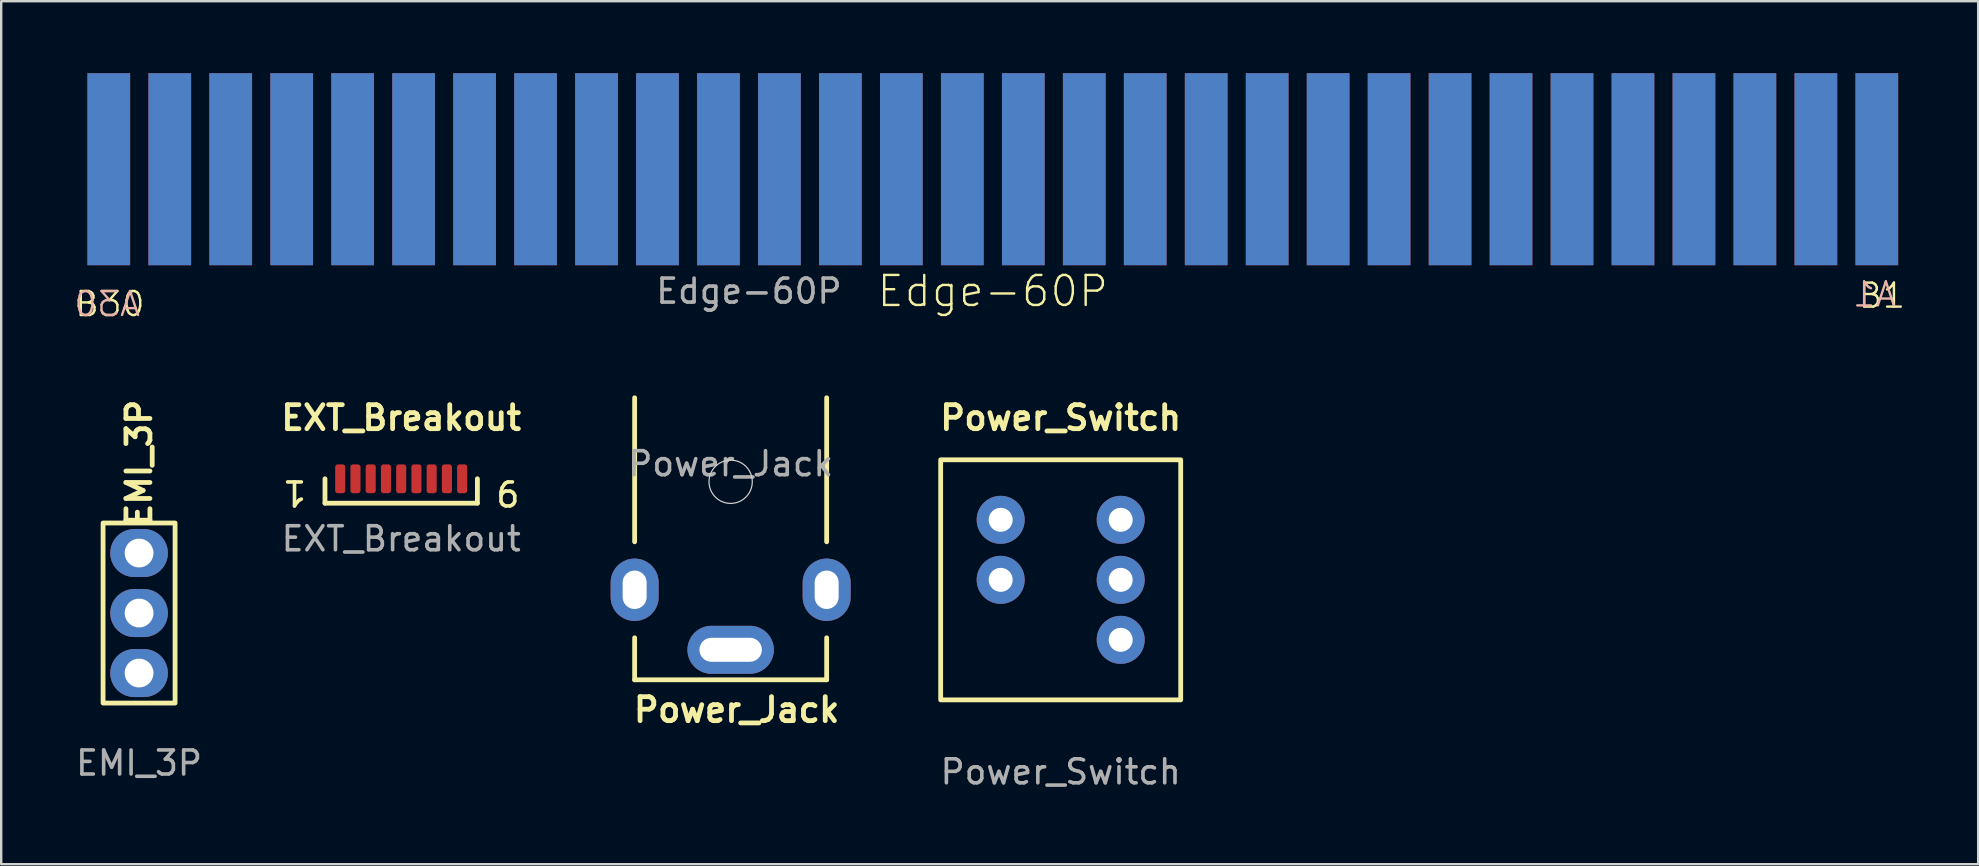
<source format=kicad_pcb>
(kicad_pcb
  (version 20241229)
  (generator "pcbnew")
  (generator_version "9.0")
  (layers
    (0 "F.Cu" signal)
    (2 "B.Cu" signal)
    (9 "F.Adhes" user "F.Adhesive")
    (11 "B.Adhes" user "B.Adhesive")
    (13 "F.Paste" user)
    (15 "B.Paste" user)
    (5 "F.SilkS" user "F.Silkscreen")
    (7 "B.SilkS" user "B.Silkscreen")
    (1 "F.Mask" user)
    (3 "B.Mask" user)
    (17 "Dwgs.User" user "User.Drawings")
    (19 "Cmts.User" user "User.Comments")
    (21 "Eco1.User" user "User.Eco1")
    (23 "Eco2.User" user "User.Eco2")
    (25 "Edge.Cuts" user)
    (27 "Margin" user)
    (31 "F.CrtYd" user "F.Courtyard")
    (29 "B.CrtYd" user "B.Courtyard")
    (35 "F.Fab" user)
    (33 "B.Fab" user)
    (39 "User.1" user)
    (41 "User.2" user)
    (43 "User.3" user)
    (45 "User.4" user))
  (footprint "EXT_Breakout"
    (layer "F.Cu")
    (at 13.664 16.897)
    (property "Reference" "EXT_Breakout" (at 0 -2.54 0) (unlocked yes) (layer "F.SilkS") (effects (font (size 1 1) (thickness 0.2))))
    (attr smd)
    (fp_line (start -3.175 1.016) (end -3.175 0) (stroke (width 0.2) (type default)) (layer "F.SilkS"))
    (fp_line (start 3.175 0) (end 3.175 1.016) (stroke (width 0.2) (type default)) (layer "F.SilkS"))
    (fp_line (start 3.175 1.016) (end -3.175 1.016) (stroke (width 0.2) (type default)) (layer "F.SilkS"))
    (fp_text user "1" (at -4.445 0 180) (unlocked yes) (layer "F.SilkS") (effects (font (size 1 1) (thickness 0.15)) (justify bottom)))
    (fp_text user "9" (at 4.445 0 180) (unlocked yes) (layer "F.SilkS") (effects (font (size 1 1) (thickness 0.15)) (justify bottom)))
    (fp_text user "${REFERENCE}" (at 0 2.5 0) (unlocked yes) (layer "F.Fab") (effects (font (size 1 1) (thickness 0.15))))
    (pad "1" smd roundrect (at -2.54 0) (size 0.42 1.2) (layers "F.Cu" "F.Mask" "F.Paste") (roundrect_rratio 0.25))
    (pad "2" smd roundrect (at -1.905 0) (size 0.42 1.2) (layers "F.Cu" "F.Mask" "F.Paste") (roundrect_rratio 0.25))
    (pad "3" smd roundrect (at -1.27 0) (size 0.42 1.2) (layers "F.Cu" "F.Mask" "F.Paste") (roundrect_rratio 0.25))
    (pad "4" smd roundrect (at -0.635 0) (size 0.42 1.2) (layers "F.Cu" "F.Mask" "F.Paste") (roundrect_rratio 0.25))
    (pad "5" smd roundrect (at 0 0) (size 0.42 1.2) (layers "F.Cu" "F.Mask" "F.Paste") (roundrect_rratio 0.25))
    (pad "6" smd roundrect (at 0.635 0) (size 0.42 1.2) (layers "F.Cu" "F.Mask" "F.Paste") (roundrect_rratio 0.25))
    (pad "7" smd roundrect (at 1.27 0) (size 0.42 1.2) (layers "F.Cu" "F.Mask" "F.Paste") (roundrect_rratio 0.25))
    (pad "8" smd roundrect (at 1.905 0) (size 0.42 1.2) (layers "F.Cu" "F.Mask" "F.Paste") (roundrect_rratio 0.25))
    (pad "9" smd roundrect (at 2.54 0) (size 0.42 1.2) (layers "F.Cu" "F.Mask" "F.Paste") (roundrect_rratio 0.25)))
  (footprint "Edge-60P"
    (layer "F.Cu")
    (at 38.312 4)
    (property "Reference" "Edge-60P" (at 0 5.08 0) (unlocked yes) (layer "F.SilkS") (effects (font (size 1.25 1.25) (thickness 0.1))))
    (attr smd)
    (fp_text user "B30" (at -38.3 6.2 0) (unlocked yes) (layer "F.SilkS") (effects (font (size 1 1) (thickness 0.1)) (justify left bottom)))
    (fp_text user "B1" (at 36 5.85 0) (unlocked yes) (layer "F.SilkS") (effects (font (size 1 1) (thickness 0.1)) (justify left bottom)))
    (fp_text user "A30" (at -35.45 6.2 0) (unlocked yes) (layer "B.SilkS") (effects (font (size 1 1) (thickness 0.1)) (justify left bottom mirror)))
    (fp_text user "A1" (at 37.7 5.8 0) (unlocked yes) (layer "B.SilkS") (effects (font (size 1 1) (thickness 0.1)) (justify left bottom mirror)))
    (fp_text user "${REFERENCE}" (at -10.16 5.08 0) (unlocked yes) (layer "F.Fab") (effects (font (size 1 1) (thickness 0.15))))
    (pad "a1" smd rect (at 36.83 0 90) (size 8 1.778) (layers "B.Cu" "B.Mask" "B.Paste"))
    (pad "a2" smd rect (at 34.29 0 90) (size 8 1.778) (layers "B.Cu" "B.Mask" "B.Paste"))
    (pad "a3" smd rect (at 31.75 0 90) (size 8 1.778) (layers "B.Cu" "B.Mask" "B.Paste"))
    (pad "a4" smd rect (at 29.21 0 90) (size 8 1.778) (layers "B.Cu" "B.Mask" "B.Paste"))
    (pad "a5" smd rect (at 26.67 0 90) (size 8 1.778) (layers "B.Cu" "B.Mask" "B.Paste"))
    (pad "a6" smd rect (at 24.13 0 90) (size 8 1.778) (layers "B.Cu" "B.Mask" "B.Paste"))
    (pad "a7" smd rect (at 21.59 0 90) (size 8 1.778) (layers "B.Cu" "B.Mask" "B.Paste"))
    (pad "a8" smd rect (at 19.05 0 90) (size 8 1.778) (layers "B.Cu" "B.Mask" "B.Paste"))
    (pad "a9" smd rect (at 16.51 0 90) (size 8 1.778) (layers "B.Cu" "B.Mask" "B.Paste"))
    (pad "a10" smd rect (at 13.97 0 90) (size 8 1.778) (layers "B.Cu" "B.Mask" "B.Paste"))
    (pad "a11" smd rect (at 11.43 0 90) (size 8 1.778) (layers "B.Cu" "B.Mask" "B.Paste"))
    (pad "a12" smd rect (at 8.89 0 90) (size 8 1.778) (layers "B.Cu" "B.Mask" "B.Paste"))
    (pad "a13" smd rect (at 6.35 0 90) (size 8 1.778) (layers "B.Cu" "B.Mask" "B.Paste"))
    (pad "a14" smd rect (at 3.81 0 90) (size 8 1.778) (layers "B.Cu" "B.Mask" "B.Paste"))
    (pad "a15" smd rect (at 1.27 0 90) (size 8 1.778) (layers "B.Cu" "B.Mask" "B.Paste"))
    (pad "a16" smd rect (at -1.27 0 90) (size 8 1.778) (layers "B.Cu" "B.Mask" "B.Paste"))
    (pad "a17" smd rect (at -3.81 0 90) (size 8 1.778) (layers "B.Cu" "B.Mask" "B.Paste"))
    (pad "a18" smd rect (at -6.35 0 90) (size 8 1.778) (layers "B.Cu" "B.Mask" "B.Paste"))
    (pad "a19" smd rect (at -8.89 0 90) (size 8 1.778) (layers "B.Cu" "B.Mask" "B.Paste"))
    (pad "a20" smd rect (at -11.43 0 90) (size 8 1.778) (layers "B.Cu" "B.Mask" "B.Paste"))
    (pad "a21" smd rect (at -13.97 0 90) (size 8 1.778) (layers "B.Cu" "B.Mask" "B.Paste"))
    (pad "a22" smd rect (at -16.51 0 90) (size 8 1.778) (layers "B.Cu" "B.Mask" "B.Paste"))
    (pad "a23" smd rect (at -19.05 0 90) (size 8 1.778) (layers "B.Cu" "B.Mask" "B.Paste"))
    (pad "a24" smd rect (at -21.59 0 90) (size 8 1.778) (layers "B.Cu" "B.Mask" "B.Paste"))
    (pad "a25" smd rect (at -24.13 0 90) (size 8 1.778) (layers "B.Cu" "B.Mask" "B.Paste"))
    (pad "a26" smd rect (at -26.67 0 90) (size 8 1.778) (layers "B.Cu" "B.Mask" "B.Paste"))
    (pad "a27" smd rect (at -29.21 0 90) (size 8 1.778) (layers "B.Cu" "B.Mask" "B.Paste"))
    (pad "a28" smd rect (at -31.75 0 90) (size 8 1.778) (layers "B.Cu" "B.Mask" "B.Paste"))
    (pad "a29" smd rect (at -34.29 0 90) (size 8 1.778) (layers "B.Cu" "B.Mask" "B.Paste"))
    (pad "a30" smd rect (at -36.83 0 90) (size 8 1.778) (layers "B.Cu" "B.Mask" "B.Paste"))
    (pad "b1" smd rect (at 36.83 0 90) (size 8 1.778) (layers "F.Cu" "F.Mask" "F.Paste"))
    (pad "b2" smd rect (at 34.29 0 90) (size 8 1.778) (layers "F.Cu" "F.Mask" "F.Paste"))
    (pad "b3" smd rect (at 31.75 0 90) (size 8 1.778) (layers "F.Cu" "F.Mask" "F.Paste"))
    (pad "b4" smd rect (at 29.21 0 90) (size 8 1.778) (layers "F.Cu" "F.Mask" "F.Paste"))
    (pad "b5" smd rect (at 26.67 0 90) (size 8 1.778) (layers "F.Cu" "F.Mask" "F.Paste"))
    (pad "b6" smd rect (at 24.13 0 90) (size 8 1.778) (layers "F.Cu" "F.Mask" "F.Paste"))
    (pad "b7" smd rect (at 21.59 0 90) (size 8 1.778) (layers "F.Cu" "F.Mask" "F.Paste"))
    (pad "b8" smd rect (at 19.05 0 90) (size 8 1.778) (layers "F.Cu" "F.Mask" "F.Paste"))
    (pad "b9" smd rect (at 16.51 0 90) (size 8 1.778) (layers "F.Cu" "F.Mask" "F.Paste"))
    (pad "b10" smd rect (at 13.97 0 90) (size 8 1.778) (layers "F.Cu" "F.Mask" "F.Paste"))
    (pad "b11" smd rect (at 11.43 0 90) (size 8 1.778) (layers "F.Cu" "F.Mask" "F.Paste"))
    (pad "b12" smd rect (at 8.89 0 90) (size 8 1.778) (layers "F.Cu" "F.Mask" "F.Paste"))
    (pad "b13" smd rect (at 6.35 0 90) (size 8 1.778) (layers "F.Cu" "F.Mask" "F.Paste"))
    (pad "b14" smd rect (at 3.81 0 90) (size 8 1.778) (layers "F.Cu" "F.Mask" "F.Paste"))
    (pad "b15" smd rect (at 1.27 0 90) (size 8 1.778) (layers "F.Cu" "F.Mask" "F.Paste"))
    (pad "b16" smd rect (at -1.27 0 90) (size 8 1.778) (layers "F.Cu" "F.Mask" "F.Paste"))
    (pad "b17" smd rect (at -3.81 0 90) (size 8 1.778) (layers "F.Cu" "F.Mask" "F.Paste"))
    (pad "b18" smd rect (at -6.35 0 90) (size 8 1.778) (layers "F.Cu" "F.Mask" "F.Paste"))
    (pad "b19" smd rect (at -8.89 0 90) (size 8 1.778) (layers "F.Cu" "F.Mask" "F.Paste"))
    (pad "b20" smd rect (at -11.43 0 90) (size 8 1.778) (layers "F.Cu" "F.Mask" "F.Paste"))
    (pad "b21" smd rect (at -13.97 0 90) (size 8 1.778) (layers "F.Cu" "F.Mask" "F.Paste"))
    (pad "b22" smd rect (at -16.51 0 90) (size 8 1.778) (layers "F.Cu" "F.Mask" "F.Paste"))
    (pad "b23" smd rect (at -19.05 0 90) (size 8 1.778) (layers "F.Cu" "F.Mask" "F.Paste"))
    (pad "b24" smd rect (at -21.59 0 90) (size 8 1.778) (layers "F.Cu" "F.Mask" "F.Paste"))
    (pad "b25" smd rect (at -24.13 0 90) (size 8 1.778) (layers "F.Cu" "F.Mask" "F.Paste"))
    (pad "b26" smd rect (at -26.67 0 90) (size 8 1.778) (layers "F.Cu" "F.Mask" "F.Paste"))
    (pad "b27" smd rect (at -29.21 0 90) (size 8 1.778) (layers "F.Cu" "F.Mask" "F.Paste"))
    (pad "b28" smd rect (at -31.75 0 90) (size 8 1.778) (layers "F.Cu" "F.Mask" "F.Paste"))
    (pad "b29" smd rect (at -34.29 0 90) (size 8 1.778) (layers "F.Cu" "F.Mask" "F.Paste"))
    (pad "b30" smd rect (at -36.83 0 90) (size 8 1.778) (layers "F.Cu" "F.Mask" "F.Paste")))
  (footprint "Power_Jack"
    (layer "F.Cu")
    (at 27.39 22.771)
    (property "Reference" "Power_Jack" (at 0.25 3.75 0) (unlocked yes) (layer "F.SilkS") (effects (font (size 1 1) (thickness 0.2))))
    (attr through_hole)
    (fp_poly (pts (xy -5.5 -3.25) (xy -2.5 -3.25) (xy -2.5 -0.5) (xy -3.75 0.75) (xy -5.5 0.75)) (stroke (width 0.1) (type solid)) (fill yes) (layer "B.Mask"))
    (fp_poly (pts (xy 5.5 -3.25) (xy 2.5 -3.25) (xy 2.5 -0.5) (xy 3.75 0.75) (xy 5.5 0.75)) (stroke (width 0.1) (type solid)) (fill yes) (layer "B.Mask"))
    (fp_poly (pts (xy 2.5 3) (xy -2.5 3) (xy -2.5 0.75) (xy -1.25 -0.5) (xy 1.25 -0.5) (xy 2.5 0.75)) (stroke (width 0.1) (type solid)) (fill yes) (layer "B.Mask"))
    (fp_line (start -4 -3.25) (end -4 -9.25) (stroke (width 0.2) (type default)) (layer "F.SilkS"))
    (fp_line (start -4 0.75) (end -4 2.5) (stroke (width 0.2) (type default)) (layer "F.SilkS"))
    (fp_line (start -4 2.5) (end 4 2.5) (stroke (width 0.2) (type default)) (layer "F.SilkS"))
    (fp_line (start 4 -3.25) (end 4 -9.25) (stroke (width 0.2) (type default)) (layer "F.SilkS"))
    (fp_line (start 4 2.5) (end 4 0.75) (stroke (width 0.2) (type default)) (layer "F.SilkS"))
    (fp_circle (center 0 -5.75) (end 0.5 -5) (stroke (width 0.05) (type default)) (fill no) (layer "Edge.Cuts"))
    (fp_text user "${REFERENCE}" (at 0 -6.5 0) (unlocked yes) (layer "F.Fab") (effects (font (size 1 1) (thickness 0.15))))
    (pad "1" thru_hole oval (at 0 1.25 90) (size 2 3.6) (drill oval 1 2.6) (layers "*.Cu" "*.Mask"))
    (pad "2" thru_hole oval (at -4 -1.25) (size 2 2.6) (drill oval 1 1.6) (layers "*.Cu" "*.Mask"))
    (pad "2" thru_hole oval (at 4 -1.25) (size 2 2.6) (drill oval 1 1.6) (layers "*.Cu" "*.Mask")))
  (footprint "Power_Switch"
    (layer "F.Cu")
    (at 41.14 21.107)
    (property "Reference" "Power_Switch" (at 0 -6.75 0) (unlocked yes) (layer "F.SilkS") (effects (font (size 1 1) (thickness 0.2))))
    (attr through_hole)
    (fp_rect (start -5 -5) (end 5 5) (stroke (width 0.2) (type default)) (fill no) (layer "F.SilkS"))
    (fp_text user "${REFERENCE}" (at 0 8 0) (unlocked yes) (layer "F.Fab") (effects (font (size 1 1) (thickness 0.15))))
    (pad "" thru_hole circle (at 2.5 2.5) (size 2 2) (drill 1) (layers "*.Cu" "*.Mask"))
    (pad "1" thru_hole circle (at -2.5 -2.5) (size 2 2) (drill 1) (layers "*.Cu" "*.Mask"))
    (pad "1" thru_hole circle (at 2.5 -2.5) (size 2 2) (drill 1) (layers "*.Cu" "*.Mask"))
    (pad "2" thru_hole circle (at -2.5 0) (size 2 2) (drill 1) (layers "*.Cu" "*.Mask"))
    (pad "2" thru_hole circle (at 2.5 0) (size 2 2) (drill 1) (layers "*.Cu" "*.Mask")))
  (footprint "EMI_3P"
    (layer "F.Cu")
    (at 2.744 22.49)
    (property "Reference" "EMI_3P" (at 0 -6.25 90) (unlocked yes) (layer "F.SilkS") (effects (font (size 1 1) (thickness 0.2))))
    (attr through_hole)
    (fp_rect (start -1.5 -3.75) (end 1.5 3.75) (stroke (width 0.2) (type default)) (fill no) (layer "F.SilkS"))
    (fp_text user "${REFERENCE}" (at 0 6.25 0) (unlocked yes) (layer "F.Fab") (effects (font (size 1 1) (thickness 0.15))))
    (pad "1" thru_hole oval (at 0 2.5) (size 2.4 2) (drill 1.2) (layers "*.Cu" "*.Mask"))
    (pad "2" thru_hole oval (at 0 0) (size 2.4 2) (drill 1.2) (layers "*.Cu" "*.Mask"))
    (pad "3" thru_hole oval (at 0 -2.5) (size 2.4 2) (drill 1.2) (layers "*.Cu" "*.Mask")))
  (gr_rect
    (start -3 -3)
    (end 79.364 32.955)
    (stroke (width 0.1) (type default))
    (fill no)
    (layer "Edge.Cuts")))
</source>
